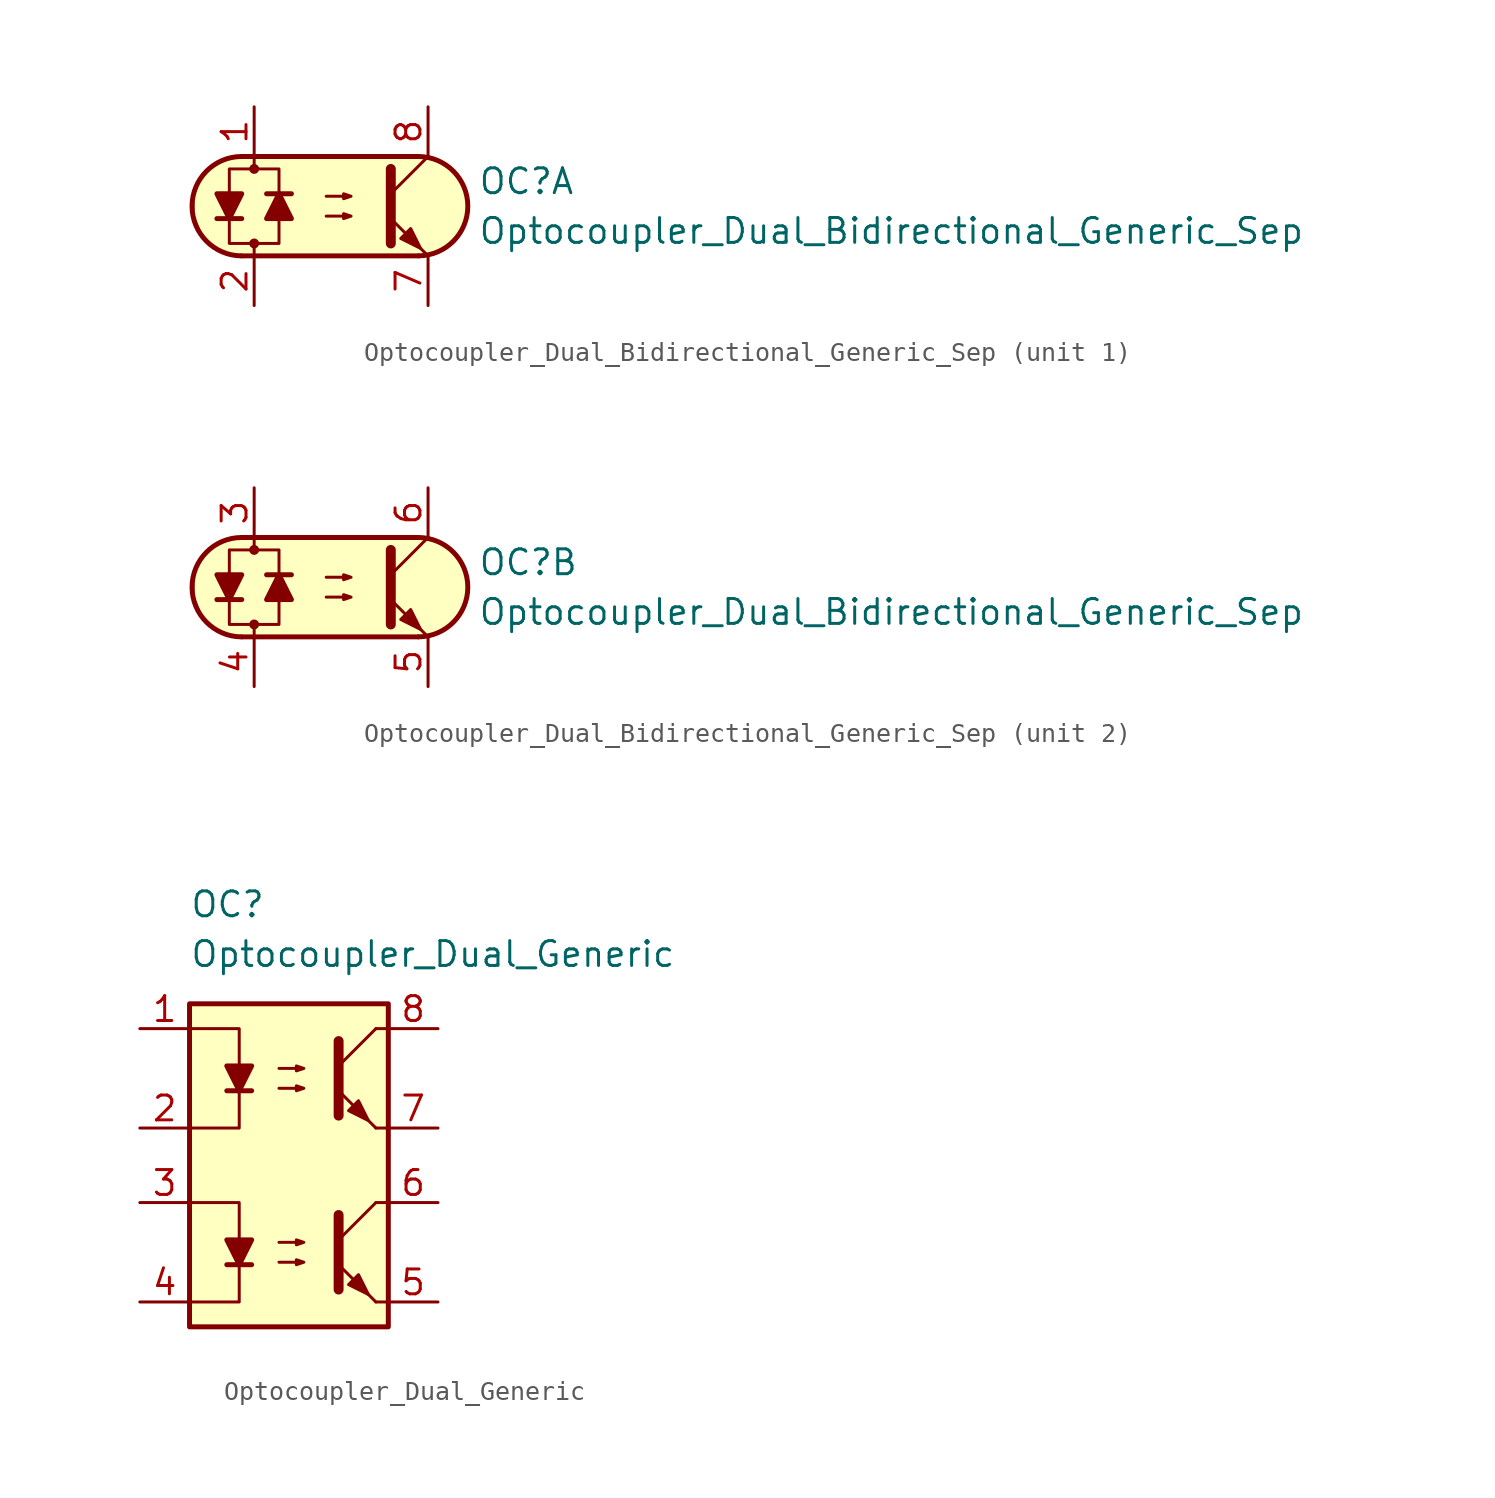
<source format=kicad_sym>
(kicad_symbol_lib
  (version 20211014)
  (generator kicad_symbol_editor)
  (symbol "Optocoupler_AKL:Optocoupler_Dual_Bidirectional_Generic_Sep"
    (pin_names
      (offset 1.016))
    (property "Reference" "OC"
      (at 7.62 1.27 0)
      (effects (font (size 1.27 1.27)) (justify left)))
    (property "Value" "Optocoupler_Dual_Bidirectional_Generic_Sep"
      (at 7.62 -1.27 0)
      (effects (font (size 1.27 1.27)) (justify left)))
    (property "ki_locked" ""
      (at 0 0 0)
      (effects (font (size 1.27 1.27))))
    (symbol "Optocoupler_Dual_Bidirectional_Generic_Sep_0_1"
      (arc (start -4.4675 2.54) (mid -6.9851 0) (end -4.4675 -2.54) (stroke (width 0.254) (type default) (color 0 0 0 0)) (fill (type none)))
      (circle (center -3.81 -1.905) (radius 0.178) (stroke (width 0)) (stroke (width 0) (type default) (color 0 0 0 0)) (fill (type outline)))
      (circle (center -3.81 1.905) (radius 0.178) (stroke (width 0)) (stroke (width 0) (type default) (color 0 0 0 0)) (fill (type outline)))
      (polyline (pts (xy -5.715 -0.635) (xy -4.445 -0.635)) (stroke (width 0.254) (type default) (color 0 0 0 0)) (fill (type none)))
      (polyline (pts (xy -4.445 2.54) (xy 4.572 2.54)) (stroke (width 0.254) (type default) (color 0 0 0 0)) (fill (type none)))
      (polyline (pts (xy -3.81 1.905) (xy -3.81 2.54)) (stroke (width 0.152) (type default) (color 0 0 0 0)) (fill (type none)))
      (polyline (pts (xy -1.905 0.635) (xy -3.175 0.635)) (stroke (width 0.254) (type default) (color 0 0 0 0)) (fill (type none)))
      (polyline (pts (xy 3.175 0.635) (xy 5.08 2.54)) (stroke (width 0) (type default) (color 0 0 0 0)) (fill (type none)))
      (polyline (pts (xy 4.572 -2.54) (xy -4.445 -2.54)) (stroke (width 0.254) (type default) (color 0 0 0 0)) (fill (type none)))
      (polyline (pts (xy 5.08 -2.54) (xy 3.175 -0.635)) (stroke (width 0) (type default) (color 0 0 0 0)) (fill (type outline)))
      (polyline (pts (xy 3.175 1.905) (xy 3.175 -1.905) (xy 3.175 -1.905)) (stroke (width 0.508) (type default) (color 0 0 0 0)) (fill (type none)))
      (polyline (pts (xy -5.08 -0.635) (xy -5.715 0.635) (xy -4.445 0.635) (xy -5.08 -0.635)) (stroke (width 0.254) (type default) (color 0 0 0 0)) (fill (type outline)))
      (polyline (pts (xy -2.54 0.635) (xy -1.905 -0.635) (xy -3.175 -0.635) (xy -2.54 0.635)) (stroke (width 0.254) (type default) (color 0 0 0 0)) (fill (type outline)))
      (polyline (pts (xy -0.127 -0.508) (xy 1.143 -0.508) (xy 0.762 -0.635) (xy 0.762 -0.381) (xy 1.143 -0.508)) (stroke (width 0) (type default) (color 0 0 0 0)) (fill (type none)))
      (polyline (pts (xy -0.127 0.508) (xy 1.143 0.508) (xy 0.762 0.381) (xy 0.762 0.635) (xy 1.143 0.508)) (stroke (width 0) (type default) (color 0 0 0 0)) (fill (type none)))
      (polyline (pts (xy 3.683 -1.651) (xy 4.191 -1.143) (xy 4.699 -2.159) (xy 3.683 -1.651) (xy 3.683 -1.651)) (stroke (width 0) (type default) (color 0 0 0 0)) (fill (type outline)))
      (polyline (pts (xy -3.81 -2.54) (xy -3.81 -1.905) (xy -5.08 -1.905) (xy -5.08 1.905) (xy -2.54 1.905) (xy -2.54 -1.905) (xy -3.81 -1.905)) (stroke (width 0.152) (type default) (color 0 0 0 0)) (fill (type none)))
      (polyline (pts (xy -3.81 2.54) (xy 4.826 2.54) (xy 5.334 2.413) (xy 5.969 2.159) (xy 6.604 1.524) (xy 6.985 0.762) (xy 7.112 0) (xy 6.985 -0.889) (xy 6.477 -1.651) (xy 5.969 -2.159) (xy 5.334 -2.413) (xy 4.699 -2.54) (xy -5.08 -2.54) (xy -5.08 -2.54) (xy -5.842 -2.032) (xy -6.35 -1.778) (xy -6.858 -0.508) (xy -6.858 0.254) (xy -6.858 1.016) (xy -6.35 1.778) (xy -5.588 2.286) (xy -4.826 2.54) (xy -3.81 2.54)) (stroke (width 0.01) (type default) (color 0 0 0 0)) (fill (type background)))
      (arc (start 4.5945 -2.54) (mid 7.1121 0) (end 4.5945 2.54) (stroke (width 0.254) (type default) (color 0 0 0 0)) (fill (type none))))
    (symbol "Optocoupler_Dual_Bidirectional_Generic_Sep_1_1"
      (pin passive line (at -3.81 5.08 270) (length 2.54) (name "~" (effects (font (size 1.27 1.27)))) (number "1" (effects (font (size 1.27 1.27)))))
      (pin passive line (at -3.81 -5.08 90) (length 2.54) (name "~" (effects (font (size 1.27 1.27)))) (number "2" (effects (font (size 1.27 1.27)))))
      (pin passive line (at 5.08 -5.08 90) (length 2.54) (name "~" (effects (font (size 1.27 1.27)))) (number "7" (effects (font (size 1.27 1.27)))))
      (pin passive line (at 5.08 5.08 270) (length 2.54) (name "~" (effects (font (size 1.27 1.27)))) (number "8" (effects (font (size 1.27 1.27))))))
    (symbol "Optocoupler_Dual_Bidirectional_Generic_Sep_2_1"
      (pin passive line (at -3.81 5.08 270) (length 2.54) (name "~" (effects (font (size 1.27 1.27)))) (number "3" (effects (font (size 1.27 1.27)))))
      (pin passive line (at -3.81 -5.08 90) (length 2.54) (name "~" (effects (font (size 1.27 1.27)))) (number "4" (effects (font (size 1.27 1.27)))))
      (pin passive line (at 5.08 -5.08 90) (length 2.54) (name "~" (effects (font (size 1.27 1.27)))) (number "5" (effects (font (size 1.27 1.27)))))
      (pin passive line (at 5.08 5.08 270) (length 2.54) (name "~" (effects (font (size 1.27 1.27)))) (number "6" (effects (font (size 1.27 1.27)))))))
  (symbol "Optocoupler_AKL:Optocoupler_Dual_Generic"
    (pin_names
      (offset 1.016))
    (property "Reference" "OC"
      (at -5.08 8.89 0)
      (effects (font (size 1.27 1.27)) (justify left)))
    (property "Value" "Optocoupler_Dual_Generic"
      (at -5.08 6.35 0)
      (effects (font (size 1.27 1.27)) (justify left)))
    (symbol "Optocoupler_Dual_Generic_0_1"
      (rectangle (start -5.08 3.81) (end 5.08 -12.7) (stroke (width 0.254) (type default) (color 0 0 0 0)) (fill (type background)))
      (polyline (pts (xy -3.175 -0.635) (xy -1.905 -0.635)) (stroke (width 0.254) (type default) (color 0 0 0 0)) (fill (type none)))
      (polyline (pts (xy 2.54 0.635) (xy 4.445 2.54)) (stroke (width 0) (type default) (color 0 0 0 0)) (fill (type none)))
      (polyline (pts (xy 4.445 -2.54) (xy 2.54 -0.635)) (stroke (width 0) (type default) (color 0 0 0 0)) (fill (type outline)))
      (polyline (pts (xy 4.445 -2.54) (xy 5.08 -2.54)) (stroke (width 0) (type default) (color 0 0 0 0)) (fill (type none)))
      (polyline (pts (xy 4.445 2.54) (xy 5.08 2.54)) (stroke (width 0) (type default) (color 0 0 0 0)) (fill (type none)))
      (polyline (pts (xy -5.08 2.54) (xy -2.54 2.54) (xy -2.54 -0.635)) (stroke (width 0) (type default) (color 0 0 0 0)) (fill (type none)))
      (polyline (pts (xy -2.54 -0.635) (xy -2.54 -2.54) (xy -5.08 -2.54)) (stroke (width 0) (type default) (color 0 0 0 0)) (fill (type none)))
      (polyline (pts (xy 2.54 1.905) (xy 2.54 -1.905) (xy 2.54 -1.905)) (stroke (width 0.508) (type default) (color 0 0 0 0)) (fill (type none)))
      (polyline (pts (xy -2.54 -0.635) (xy -3.175 0.635) (xy -1.905 0.635) (xy -2.54 -0.635)) (stroke (width 0.254) (type default) (color 0 0 0 0)) (fill (type outline)))
      (polyline (pts (xy -0.508 -0.508) (xy 0.762 -0.508) (xy 0.381 -0.635) (xy 0.381 -0.381) (xy 0.762 -0.508)) (stroke (width 0) (type default) (color 0 0 0 0)) (fill (type none)))
      (polyline (pts (xy -0.508 0.508) (xy 0.762 0.508) (xy 0.381 0.381) (xy 0.381 0.635) (xy 0.762 0.508)) (stroke (width 0) (type default) (color 0 0 0 0)) (fill (type none)))
      (polyline (pts (xy 3.048 -1.651) (xy 3.556 -1.143) (xy 4.064 -2.159) (xy 3.048 -1.651) (xy 3.048 -1.651)) (stroke (width 0) (type default) (color 0 0 0 0)) (fill (type outline))))
    (symbol "Optocoupler_Dual_Generic_1_1"
      (polyline (pts (xy -3.175 -9.525) (xy -1.905 -9.525)) (stroke (width 0.254) (type default) (color 0 0 0 0)) (fill (type none)))
      (polyline (pts (xy 2.54 -8.255) (xy 4.445 -6.35)) (stroke (width 0) (type default) (color 0 0 0 0)) (fill (type none)))
      (polyline (pts (xy 4.445 -11.43) (xy 2.54 -9.525)) (stroke (width 0) (type default) (color 0 0 0 0)) (fill (type outline)))
      (polyline (pts (xy 4.445 -11.43) (xy 5.08 -11.43)) (stroke (width 0) (type default) (color 0 0 0 0)) (fill (type none)))
      (polyline (pts (xy 4.445 -6.35) (xy 5.08 -6.35)) (stroke (width 0) (type default) (color 0 0 0 0)) (fill (type none)))
      (polyline (pts (xy -5.08 -6.35) (xy -2.54 -6.35) (xy -2.54 -9.525)) (stroke (width 0) (type default) (color 0 0 0 0)) (fill (type none)))
      (polyline (pts (xy -2.54 -9.525) (xy -2.54 -11.43) (xy -5.08 -11.43)) (stroke (width 0) (type default) (color 0 0 0 0)) (fill (type none)))
      (polyline (pts (xy 2.54 -6.985) (xy 2.54 -10.795) (xy 2.54 -10.795)) (stroke (width 0.508) (type default) (color 0 0 0 0)) (fill (type none)))
      (polyline (pts (xy -2.54 -9.525) (xy -3.175 -8.255) (xy -1.905 -8.255) (xy -2.54 -9.525)) (stroke (width 0.254) (type default) (color 0 0 0 0)) (fill (type outline)))
      (polyline (pts (xy -0.508 -9.398) (xy 0.762 -9.398) (xy 0.381 -9.525) (xy 0.381 -9.271) (xy 0.762 -9.398)) (stroke (width 0) (type default) (color 0 0 0 0)) (fill (type none)))
      (polyline (pts (xy -0.508 -8.382) (xy 0.762 -8.382) (xy 0.381 -8.509) (xy 0.381 -8.255) (xy 0.762 -8.382)) (stroke (width 0) (type default) (color 0 0 0 0)) (fill (type none)))
      (polyline (pts (xy 3.048 -10.541) (xy 3.556 -10.033) (xy 4.064 -11.049) (xy 3.048 -10.541) (xy 3.048 -10.541)) (stroke (width 0) (type default) (color 0 0 0 0)) (fill (type outline)))
      (pin passive line (at -7.62 2.54 0) (length 2.54) (name "~" (effects (font (size 1.27 1.27)))) (number "1" (effects (font (size 1.27 1.27)))))
      (pin passive line (at -7.62 -2.54 0) (length 2.54) (name "~" (effects (font (size 1.27 1.27)))) (number "2" (effects (font (size 1.27 1.27)))))
      (pin passive line (at -7.62 -6.35 0) (length 2.54) (name "~" (effects (font (size 1.27 1.27)))) (number "3" (effects (font (size 1.27 1.27)))))
      (pin passive line (at -7.62 -11.43 0) (length 2.54) (name "~" (effects (font (size 1.27 1.27)))) (number "4" (effects (font (size 1.27 1.27)))))
      (pin passive line (at 7.62 -11.43 180) (length 2.54) (name "~" (effects (font (size 1.27 1.27)))) (number "5" (effects (font (size 1.27 1.27)))))
      (pin passive line (at 7.62 -6.35 180) (length 2.54) (name "~" (effects (font (size 1.27 1.27)))) (number "6" (effects (font (size 1.27 1.27)))))
      (pin passive line (at 7.62 -2.54 180) (length 2.54) (name "~" (effects (font (size 1.27 1.27)))) (number "7" (effects (font (size 1.27 1.27)))))
      (pin passive line (at 7.62 2.54 180) (length 2.54) (name "~" (effects (font (size 1.27 1.27)))) (number "8" (effects (font (size 1.27 1.27))))))))
</source>
